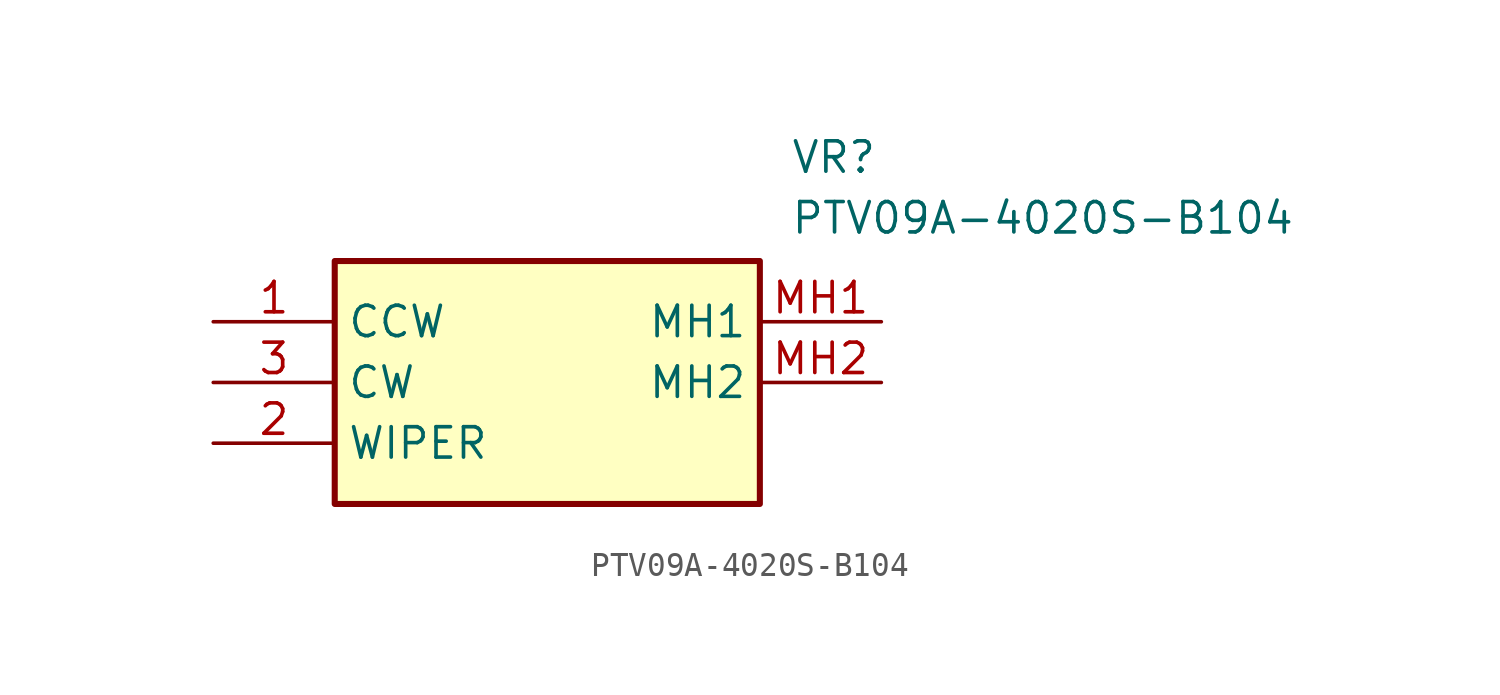
<source format=kicad_sym>
(kicad_symbol_lib
  (version 20211014)
  (generator SamacSys_ECAD_Model)
  (symbol "PTV09A-4020S-B104"
    (property "Reference" "VR"
      (at 24.13 7.62 0)
      (effects (font (size 1.27 1.27)) (justify left top)))
    (property "Value" "PTV09A-4020S-B104"
      (at 24.13 5.08 0)
      (effects (font (size 1.27 1.27)) (justify left top)))
    (rectangle
      (start 5.08 2.54)
      (end 22.86 -7.62)
      (stroke (width 0.254) (type default))
      (fill (type background)))
    (pin passive line
      (at 0 0 0)
      (length 5.08)
      (name "CCW" (effects (font (size 1.27 1.27))))
      (number "1" (effects (font (size 1.27 1.27)))))
    (pin passive line
      (at 0 -5.08 0)
      (length 5.08)
      (name "WIPER" (effects (font (size 1.27 1.27))))
      (number "2" (effects (font (size 1.27 1.27)))))
    (pin passive line
      (at 0 -2.54 0)
      (length 5.08)
      (name "CW" (effects (font (size 1.27 1.27))))
      (number "3" (effects (font (size 1.27 1.27)))))
    (pin passive line
      (at 27.94 0 180)
      (length 5.08)
      (name "MH1" (effects (font (size 1.27 1.27))))
      (number "MH1" (effects (font (size 1.27 1.27)))))
    (pin passive line
      (at 27.94 -2.54 180)
      (length 5.08)
      (name "MH2" (effects (font (size 1.27 1.27))))
      (number "MH2" (effects (font (size 1.27 1.27)))))))
</source>
